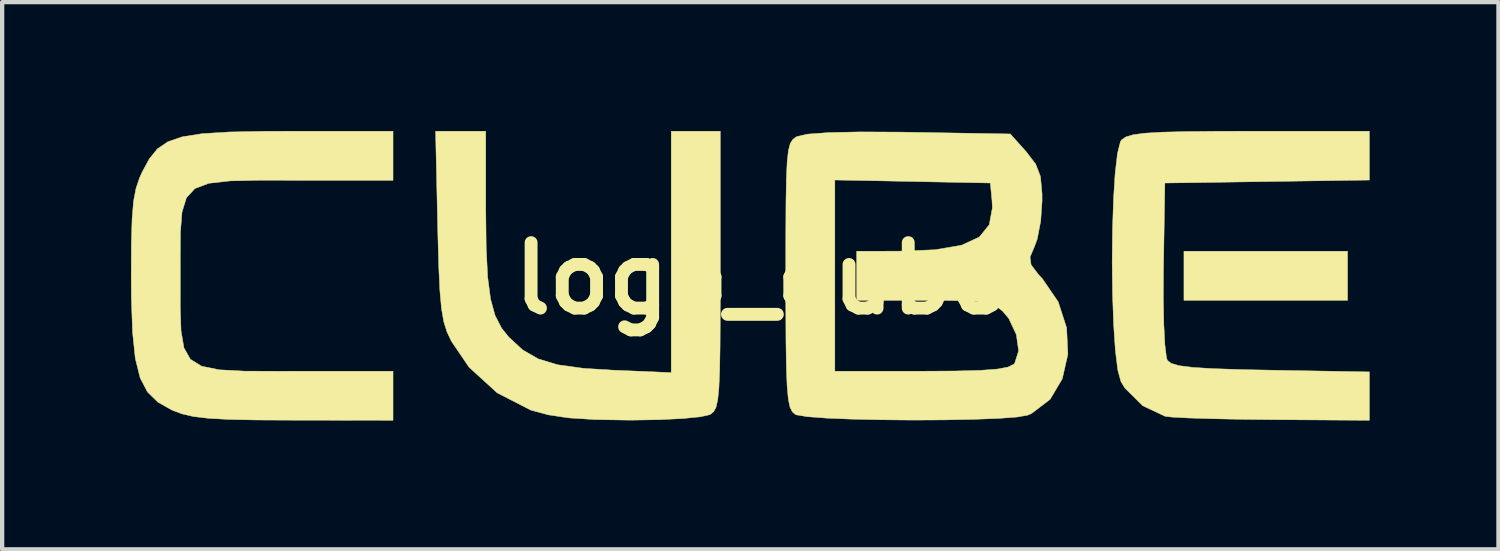
<source format=kicad_pcb>
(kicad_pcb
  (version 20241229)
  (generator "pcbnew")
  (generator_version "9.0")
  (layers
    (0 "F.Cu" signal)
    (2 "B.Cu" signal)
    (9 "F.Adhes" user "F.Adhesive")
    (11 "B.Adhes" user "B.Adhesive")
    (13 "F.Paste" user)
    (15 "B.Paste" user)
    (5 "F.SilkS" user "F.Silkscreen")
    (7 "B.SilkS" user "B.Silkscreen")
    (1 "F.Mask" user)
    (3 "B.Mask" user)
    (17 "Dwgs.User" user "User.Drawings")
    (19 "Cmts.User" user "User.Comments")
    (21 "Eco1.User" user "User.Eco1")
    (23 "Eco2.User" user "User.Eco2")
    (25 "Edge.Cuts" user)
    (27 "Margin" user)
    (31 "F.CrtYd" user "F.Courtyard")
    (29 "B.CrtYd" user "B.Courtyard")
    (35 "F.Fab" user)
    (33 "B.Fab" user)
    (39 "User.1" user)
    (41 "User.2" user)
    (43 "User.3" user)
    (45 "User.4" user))
  (footprint "logo_cube"
    (layer "F.Cu")
    (at 14.686 3.434)
    (property "Reference" "logo_cube" (at 0 0 0) (layer "F.SilkS") (effects (font (size 1.524 1.524) (thickness 0.3))))
    (attr through_hole)
    (fp_poly (pts (xy 13.64 0.508) (xy 9.83 0.508) (xy 9.83 -0.635) (xy 13.64 -0.635) (xy 13.64 0.508)) (stroke (width 0.01) (type solid)) (fill yes) (layer "F.SilkS"))
    (fp_poly (pts (xy 14.148 -2.292) (xy 11.767 -2.257) (xy 9.386 -2.223) (xy 9.354 -0.254) (xy 9.35 0.455) (xy 9.362 1.073) (xy 9.387 1.551) (xy 9.424 1.845) (xy 9.444 1.905) (xy 9.532 1.976) (xy 9.716 2.03) (xy 10.028 2.07) (xy 10.501 2.099) (xy 11.169 2.121) (xy 11.857 2.135) (xy 14.148 2.175) (xy 14.148 3.302) (xy 11.894 3.287) (xy 11.147 3.279) (xy 10.475 3.265) (xy 9.926 3.248) (xy 9.546 3.227) (xy 9.391 3.209) (xy 8.87 2.963) (xy 8.456 2.553) (xy 8.363 2.4) (xy 8.29 2.132) (xy 8.233 1.671) (xy 8.193 1.067) (xy 8.168 0.367) (xy 8.159 -0.381) (xy 8.167 -1.131) (xy 8.19 -1.834) (xy 8.228 -2.443) (xy 8.282 -2.909) (xy 8.351 -3.186) (xy 8.379 -3.229) (xy 8.478 -3.296) (xy 8.648 -3.347) (xy 8.92 -3.383) (xy 9.326 -3.407) (xy 9.899 -3.421) (xy 10.67 -3.428) (xy 11.363 -3.429) (xy 14.148 -3.429) (xy 14.148 -2.292)) (stroke (width 0.01) (type solid)) (fill yes) (layer "F.SilkS"))
    (fp_poly (pts (xy -7.01 -3.429) (xy -6.426 -3.429) (xy -6.426 -1.618) (xy -6.416 -0.722) (xy -6.382 -0.037) (xy -6.315 0.476) (xy -6.209 0.861) (xy -6.056 1.158) (xy -5.889 1.366) (xy -5.565 1.664) (xy -5.204 1.872) (xy -4.752 2.009) (xy -4.151 2.092) (xy -3.473 2.134) (xy -2.108 2.192) (xy -2.108 -3.429) (xy -0.965 -3.429) (xy -0.965 -0.195) (xy -0.966 0.796) (xy -0.97 1.563) (xy -0.98 2.137) (xy -0.997 2.547) (xy -1.025 2.824) (xy -1.064 2.998) (xy -1.118 3.099) (xy -1.189 3.158) (xy -1.211 3.171) (xy -1.427 3.22) (xy -1.84 3.261) (xy -2.392 3.288) (xy -3.025 3.298) (xy -3.084 3.298) (xy -3.885 3.285) (xy -4.493 3.246) (xy -4.966 3.176) (xy -5.366 3.068) (xy -5.387 3.06) (xy -6.159 2.664) (xy -6.814 2.067) (xy -7.227 1.46) (xy -7.328 1.246) (xy -7.403 1.009) (xy -7.456 0.704) (xy -7.494 0.287) (xy -7.521 -0.286) (xy -7.542 -1.06) (xy -7.546 -1.238) (xy -7.594 -3.429) (xy -7.01 -3.429)) (stroke (width 0.01) (type solid)) (fill yes) (layer "F.SilkS"))
    (fp_poly (pts (xy -8.585 -2.286) (xy -10.807 -2.286) (xy -11.707 -2.287) (xy -12.384 -2.272) (xy -12.87 -2.217) (xy -13.197 -2.095) (xy -13.395 -1.88) (xy -13.498 -1.548) (xy -13.535 -1.073) (xy -13.539 -0.428) (xy -13.538 -0.064) (xy -13.539 0.668) (xy -13.521 1.219) (xy -13.453 1.615) (xy -13.303 1.881) (xy -13.04 2.043) (xy -12.632 2.126) (xy -12.047 2.157) (xy -11.255 2.16) (xy -10.807 2.159) (xy -8.585 2.159) (xy -8.585 3.302) (xy -10.903 3.299) (xy -11.758 3.295) (xy -12.403 3.282) (xy -12.878 3.256) (xy -13.228 3.215) (xy -13.493 3.154) (xy -13.718 3.07) (xy -13.74 3.06) (xy -14.061 2.879) (xy -14.302 2.643) (xy -14.473 2.315) (xy -14.586 1.861) (xy -14.65 1.244) (xy -14.678 0.429) (xy -14.681 -0.089) (xy -14.677 -0.846) (xy -14.66 -1.4) (xy -14.626 -1.802) (xy -14.568 -2.103) (xy -14.482 -2.355) (xy -14.421 -2.488) (xy -14.258 -2.788) (xy -14.072 -3.017) (xy -13.828 -3.184) (xy -13.492 -3.299) (xy -13.028 -3.372) (xy -12.402 -3.411) (xy -11.579 -3.427) (xy -10.947 -3.429) (xy -8.585 -3.429) (xy -8.585 -2.286)) (stroke (width 0.01) (type solid)) (fill yes) (layer "F.SilkS"))
    (fp_poly (pts (xy 3.245 -3.408) (xy 3.433 -3.405) (xy 5.787 -3.365) (xy 6.158 -2.951) (xy 6.378 -2.664) (xy 6.489 -2.376) (xy 6.526 -1.978) (xy 6.527 -1.808) (xy 6.495 -1.336) (xy 6.414 -0.917) (xy 6.346 -0.734) (xy 6.247 -0.5) (xy 6.271 -0.319) (xy 6.444 -0.091) (xy 6.536 0.008) (xy 6.903 0.545) (xy 7.098 1.148) (xy 7.128 1.762) (xy 6.998 2.335) (xy 6.715 2.813) (xy 6.282 3.144) (xy 6.19 3.183) (xy 5.95 3.225) (xy 5.514 3.258) (xy 4.929 3.28) (xy 4.246 3.293) (xy 3.512 3.297) (xy 2.778 3.29) (xy 2.091 3.275) (xy 1.501 3.251) (xy 1.056 3.217) (xy 0.805 3.175) (xy 0.781 3.165) (xy 0.712 3.105) (xy 0.658 2.997) (xy 0.619 2.811) (xy 0.591 2.514) (xy 0.577 2.159) (xy 1.702 2.159) (xy 3.718 2.159) (xy 4.514 2.154) (xy 5.092 2.139) (xy 5.486 2.109) (xy 5.733 2.063) (xy 5.867 1.996) (xy 5.889 1.974) (xy 5.981 1.686) (xy 5.928 1.306) (xy 5.752 0.932) (xy 5.604 0.756) (xy 5.463 0.651) (xy 5.276 0.58) (xy 4.994 0.537) (xy 4.567 0.515) (xy 3.948 0.508) (xy 3.774 0.508) (xy 2.21 0.508) (xy 2.21 -0.635) (xy 3.194 -0.636) (xy 4.035 -0.669) (xy 4.652 -0.774) (xy 5.065 -0.965) (xy 5.297 -1.251) (xy 5.37 -1.646) (xy 5.361 -1.816) (xy 5.322 -2.223) (xy 1.702 -2.293) (xy 1.702 2.159) (xy 0.577 2.159) (xy 0.574 2.078) (xy 0.564 1.471) (xy 0.56 0.663) (xy 0.559 -0.065) (xy 0.56 -1.032) (xy 0.564 -1.776) (xy 0.574 -2.327) (xy 0.592 -2.718) (xy 0.621 -2.979) (xy 0.663 -3.141) (xy 0.721 -3.235) (xy 0.797 -3.293) (xy 0.819 -3.305) (xy 1.067 -3.361) (xy 1.559 -3.397) (xy 2.288 -3.413) (xy 3.245 -3.408)) (stroke (width 0.01) (type solid)) (fill yes) (layer "F.SilkS")))
  (gr_rect
    (start -3 -3)
    (end 31.839 9.741)
    (stroke (width 0.1) (type default))
    (fill no)
    (layer "Edge.Cuts")))
</source>
